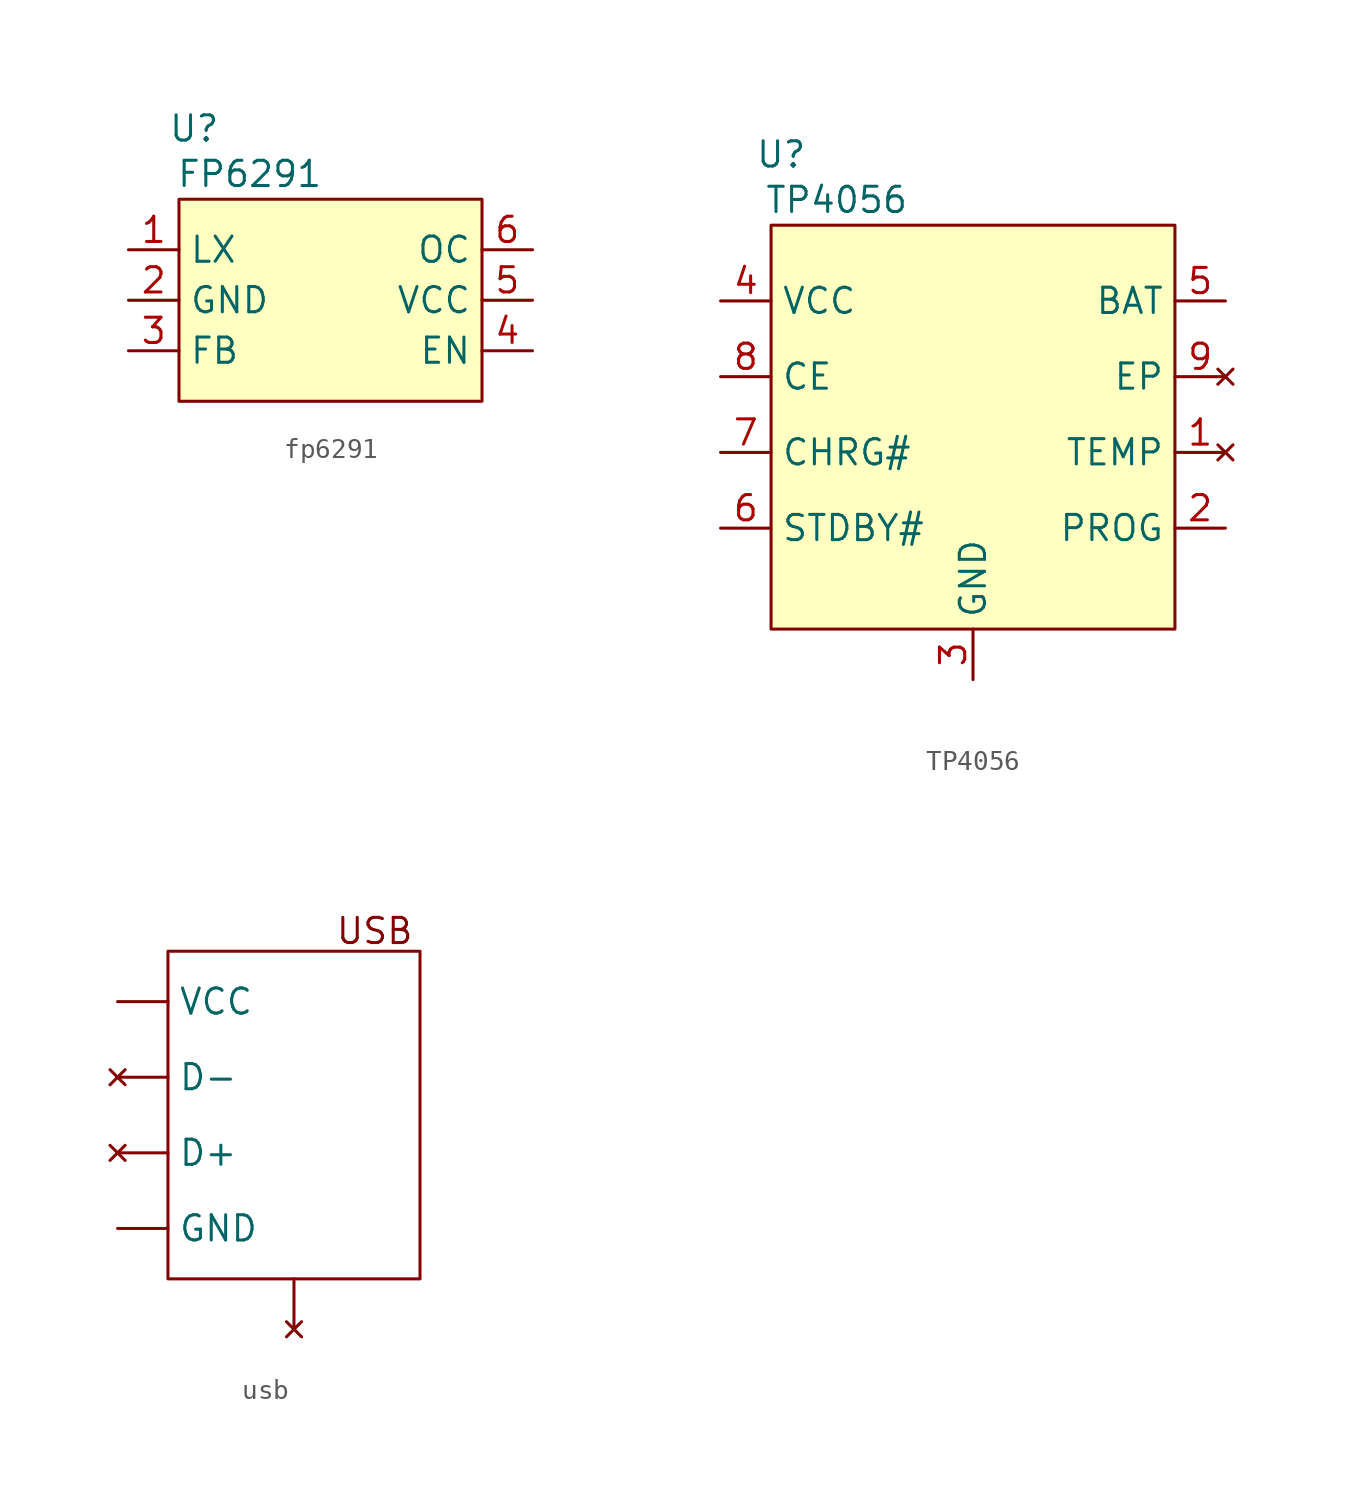
<source format=kicad_sym>
(kicad_symbol_lib
  (version 20241209)
  (generator "kicad_symbol_editor")
  (generator_version "9.0")
  (symbol "fp6291"
    (property "Reference" "U"
      (at -6.858 8.636 0)
      (effects (font (size 1.27 1.27))))
    (property "Value" "FP6291"
      (at -4.064 6.35 0)
      (effects (font (size 1.27 1.27))))
    (symbol "fp6291_1_1"
      (rectangle (start -7.62 5.08) (end 7.62 -5.08) (stroke (width 0) (type solid)) (fill (type background)))
      (pin output line (at -10.16 2.54 0) (length 2.54) (name "LX" (effects (font (size 1.27 1.27)))) (number "1" (effects (font (size 1.27 1.27)))))
      (pin power_in line (at -10.16 0 0) (length 2.54) (name "GND" (effects (font (size 1.27 1.27)))) (number "2" (effects (font (size 1.27 1.27)))))
      (pin input line (at -10.16 -2.54 0) (length 2.54) (name "FB" (effects (font (size 1.27 1.27)))) (number "3" (effects (font (size 1.27 1.27)))))
      (pin input line (at 10.16 2.54 180) (length 2.54) (name "OC" (effects (font (size 1.27 1.27)))) (number "6" (effects (font (size 1.27 1.27)))))
      (pin power_in line (at 10.16 0 180) (length 2.54) (name "VCC" (effects (font (size 1.27 1.27)))) (number "5" (effects (font (size 1.27 1.27)))))
      (pin input line (at 10.16 -2.54 180) (length 2.54) (name "EN" (effects (font (size 1.27 1.27)))) (number "4" (effects (font (size 1.27 1.27)))))))
  (symbol "TP4056"
    (property "Reference" "U"
      (at -9.652 13.716 0)
      (effects (font (size 1.27 1.27))))
    (property "Value" "TP4056"
      (at -6.858 11.43 0)
      (effects (font (size 1.27 1.27))))
    (symbol "TP4056_1_1"
      (rectangle (start -10.16 10.16) (end 10.16 -10.16) (stroke (width 0) (type solid)) (fill (type background)))
      (pin power_in line (at -12.7 6.35 0) (length 2.54) (name "VCC" (effects (font (size 1.27 1.27)))) (number "4" (effects (font (size 1.27 1.27)))))
      (pin input line (at -12.7 2.54 0) (length 2.54) (name "CE" (effects (font (size 1.27 1.27)))) (number "8" (effects (font (size 1.27 1.27)))))
      (pin output line (at -12.7 -1.27 0) (length 2.54) (name "CHRG#" (effects (font (size 1.27 1.27)))) (number "7" (effects (font (size 1.27 1.27)))))
      (pin output line (at -12.7 -5.08 0) (length 2.54) (name "STDBY#" (effects (font (size 1.27 1.27)))) (number "6" (effects (font (size 1.27 1.27)))))
      (pin power_in line (at 0 -12.7 90) (length 2.54) (name "GND" (effects (font (size 1.27 1.27)))) (number "3" (effects (font (size 1.27 1.27)))))
      (pin output line (at 12.7 6.35 180) (length 2.54) (name "BAT" (effects (font (size 1.27 1.27)))) (number "5" (effects (font (size 1.27 1.27)))))
      (pin no_connect line (at 12.7 2.54 180) (length 2.54) (name "EP" (effects (font (size 1.27 1.27)))) (number "9" (effects (font (size 1.27 1.27)))))
      (pin no_connect line (at 12.7 -1.27 180) (length 2.54) (name "TEMP" (effects (font (size 1.27 1.27)))) (number "1" (effects (font (size 1.27 1.27)))))
      (pin input line (at 12.7 -5.08 180) (length 2.54) (name "PROG" (effects (font (size 1.27 1.27)))) (number "2" (effects (font (size 1.27 1.27)))))))
  (symbol "usb"
    (property "Reference" ""
      (at 0 0 0)
      (effects (font (size 1.27 1.27)) (hide yes)))
    (property "Value" ""
      (at 0 0 0)
      (effects (font (size 1.27 1.27))))
    (symbol "usb_0_1"
      (rectangle (start 0 5.08) (end 12.7 -11.43) (stroke (width 0) (type default)) (fill (type none))))
    (symbol "usb_1_1"
      (text "USB" (at 10.414 6.096 0) (effects (font (size 1.27 1.27))))
      (pin power_in line (at -2.54 2.54 0) (length 2.54) (name "VCC" (effects (font (size 1.27 1.27)))) (number "" (effects (font (size 1.27 1.27)))))
      (pin no_connect line (at -2.54 -1.27 0) (length 2.54) (name "D-" (effects (font (size 1.27 1.27)))) (number "" (effects (font (size 1.27 1.27)))))
      (pin no_connect line (at -2.54 -5.08 0) (length 2.54) (name "D+" (effects (font (size 1.27 1.27)))) (number "" (effects (font (size 1.27 1.27)))))
      (pin power_in line (at -2.54 -8.89 0) (length 2.54) (name "GND" (effects (font (size 1.27 1.27)))) (number "" (effects (font (size 1.27 1.27)))))
      (pin no_connect line (at 6.35 -13.97 90) (length 2.54) (name "" (effects (font (size 1.27 1.27)))) (number "" (effects (font (size 1.27 1.27))))))))
</source>
